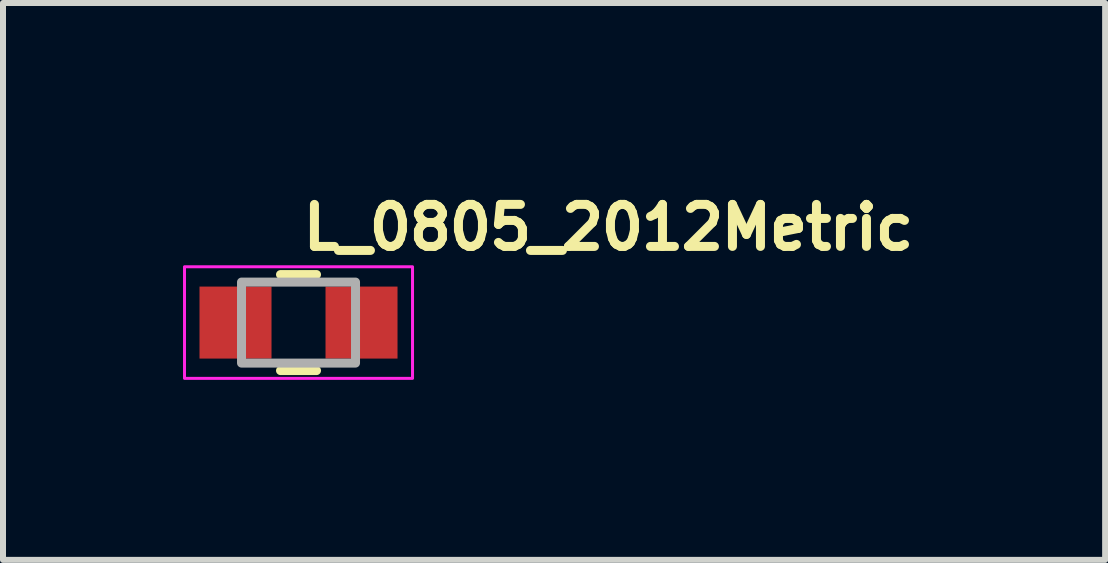
<source format=kicad_pcb>
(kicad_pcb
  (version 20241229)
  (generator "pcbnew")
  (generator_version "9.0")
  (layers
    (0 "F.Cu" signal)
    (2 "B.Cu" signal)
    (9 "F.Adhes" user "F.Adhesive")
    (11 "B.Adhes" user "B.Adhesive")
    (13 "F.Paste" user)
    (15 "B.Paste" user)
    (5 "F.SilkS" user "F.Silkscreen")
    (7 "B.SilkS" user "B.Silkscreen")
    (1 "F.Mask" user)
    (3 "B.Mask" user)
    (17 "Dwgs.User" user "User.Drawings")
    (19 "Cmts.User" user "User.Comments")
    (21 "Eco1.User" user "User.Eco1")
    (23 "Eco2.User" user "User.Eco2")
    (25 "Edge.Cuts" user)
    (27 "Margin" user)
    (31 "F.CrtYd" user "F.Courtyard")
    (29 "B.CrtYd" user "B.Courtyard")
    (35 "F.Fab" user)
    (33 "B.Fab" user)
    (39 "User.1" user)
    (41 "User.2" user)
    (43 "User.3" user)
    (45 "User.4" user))
  (footprint "L_0805_2012Metric"
    (layer "F.Cu")
    (at 1.925 2.326)
    (property "Reference" "L_0805_2012Metric" (at 0 -1.176 0) (layer "F.SilkS") (effects (font (size 0.7 0.7) (thickness 0.15)) (justify left bottom)))
    (attr smd)
    (fp_line (start -0.3 -0.8) (end 0.3 -0.8) (stroke (width 0.15) (type solid)) (layer "F.SilkS"))
    (fp_line (start -0.3 0.8) (end 0.3 0.8) (stroke (width 0.15) (type solid)) (layer "F.SilkS"))
    (fp_rect (start -1.9 -0.93) (end 1.9 0.93) (stroke (width 0.05) (type solid)) (fill no) (layer "F.CrtYd"))
    (fp_rect (start -0.95 -0.675) (end 0.95 0.675) (stroke (width 0.15) (type solid)) (fill no) (layer "F.Fab"))
    (fp_rect (start -1 -0.624) (end 1 0.624) (stroke (width 0.1) (type solid)) (fill no) (layer "User.5"))
    (fp_line (start -1 -0.62) (end -1 -0.619) (stroke (width 0.02) (type solid)) (layer "User.9"))
    (fp_line (start -1 -0.619) (end -1 -0.619) (stroke (width 0.02) (type solid)) (layer "User.9"))
    (fp_line (start -1 -0.619) (end -1 -0.618) (stroke (width 0.02) (type solid)) (layer "User.9"))
    (fp_line (start -1 -0.618) (end -1 -0.618) (stroke (width 0.02) (type solid)) (layer "User.9"))
    (fp_line (start -1 -0.618) (end -1 -0.618) (stroke (width 0.02) (type solid)) (layer "User.9"))
    (fp_line (start -1 -0.618) (end -1 -0.617) (stroke (width 0.02) (type solid)) (layer "User.9"))
    (fp_line (start -1 -0.617) (end -1 -0.617) (stroke (width 0.02) (type solid)) (layer "User.9"))
    (fp_line (start -1 -0.617) (end -1 -0.616) (stroke (width 0.02) (type solid)) (layer "User.9"))
    (fp_line (start -1 -0.616) (end -1 -0.615) (stroke (width 0.02) (type solid)) (layer "User.9"))
    (fp_line (start -1 -0.615) (end -1 -0.615) (stroke (width 0.02) (type solid)) (layer "User.9"))
    (fp_line (start -1 -0.615) (end -1 -0.615) (stroke (width 0.02) (type solid)) (layer "User.9"))
    (fp_line (start -1 -0.615) (end -1 -0.614) (stroke (width 0.02) (type solid)) (layer "User.9"))
    (fp_line (start -1 -0.615) (end -1 0.613) (stroke (width 0.02) (type solid)) (layer "User.9"))
    (fp_line (start -1 -0.614) (end -1 -0.614) (stroke (width 0.02) (type solid)) (layer "User.9"))
    (fp_line (start -1 -0.614) (end -1 -0.613) (stroke (width 0.02) (type solid)) (layer "User.9"))
    (fp_line (start -1 -0.613) (end -1 -0.613) (stroke (width 0.02) (type solid)) (layer "User.9"))
    (fp_line (start -1 -0.613) (end -1 -0.613) (stroke (width 0.02) (type solid)) (layer "User.9"))
    (fp_line (start -1 -0.613) (end -1 -0.612) (stroke (width 0.02) (type solid)) (layer "User.9"))
    (fp_line (start -1 -0.612) (end -1 -0.612) (stroke (width 0.02) (type solid)) (layer "User.9"))
    (fp_line (start -1 -0.612) (end -1 -0.611) (stroke (width 0.02) (type solid)) (layer "User.9"))
    (fp_line (start -1 -0.611) (end -0.999 -0.611) (stroke (width 0.02) (type solid)) (layer "User.9"))
    (fp_line (start -1 0.609) (end -1 0.61) (stroke (width 0.02) (type solid)) (layer "User.9"))
    (fp_line (start -1 0.61) (end -1 0.61) (stroke (width 0.02) (type solid)) (layer "User.9"))
    (fp_line (start -1 0.61) (end -1 0.611) (stroke (width 0.02) (type solid)) (layer "User.9"))
    (fp_line (start -1 0.611) (end -1 0.611) (stroke (width 0.02) (type solid)) (layer "User.9"))
    (fp_line (start -1 0.611) (end -1 0.611) (stroke (width 0.02) (type solid)) (layer "User.9"))
    (fp_line (start -1 0.611) (end -1 0.612) (stroke (width 0.02) (type solid)) (layer "User.9"))
    (fp_line (start -1 0.612) (end -1 0.612) (stroke (width 0.02) (type solid)) (layer "User.9"))
    (fp_line (start -1 0.612) (end -1 0.613) (stroke (width 0.02) (type solid)) (layer "User.9"))
    (fp_line (start -1 0.613) (end -1 0.613) (stroke (width 0.02) (type solid)) (layer "User.9"))
    (fp_line (start -1 0.613) (end -1 0.613) (stroke (width 0.02) (type solid)) (layer "User.9"))
    (fp_line (start -1 0.613) (end -1 0.614) (stroke (width 0.02) (type solid)) (layer "User.9"))
    (fp_line (start -1 0.614) (end -1 0.615) (stroke (width 0.02) (type solid)) (layer "User.9"))
    (fp_line (start -1 0.615) (end -1 0.615) (stroke (width 0.02) (type solid)) (layer "User.9"))
    (fp_line (start -1 0.615) (end -1 0.616) (stroke (width 0.02) (type solid)) (layer "User.9"))
    (fp_line (start -1 0.616) (end -1 0.616) (stroke (width 0.02) (type solid)) (layer "User.9"))
    (fp_line (start -1 0.616) (end -1 0.616) (stroke (width 0.02) (type solid)) (layer "User.9"))
    (fp_line (start -1 0.616) (end -1 0.617) (stroke (width 0.02) (type solid)) (layer "User.9"))
    (fp_line (start -1 0.617) (end -1 0.617) (stroke (width 0.02) (type solid)) (layer "User.9"))
    (fp_line (start -1 0.617) (end -1 0.618) (stroke (width 0.02) (type solid)) (layer "User.9"))
    (fp_line (start -1 0.618) (end -0.999 0.618) (stroke (width 0.02) (type solid)) (layer "User.9"))
    (fp_line (start -0.999 -0.621) (end -0.999 -0.621) (stroke (width 0.02) (type solid)) (layer "User.9"))
    (fp_line (start -0.999 -0.621) (end -0.999 -0.621) (stroke (width 0.02) (type solid)) (layer "User.9"))
    (fp_line (start -0.999 -0.621) (end -0.999 -0.62) (stroke (width 0.02) (type solid)) (layer "User.9"))
    (fp_line (start -0.999 -0.62) (end -1 -0.62) (stroke (width 0.02) (type solid)) (layer "User.9"))
    (fp_line (start -0.999 -0.611) (end -0.999 -0.61) (stroke (width 0.02) (type solid)) (layer "User.9"))
    (fp_line (start -0.999 -0.61) (end -0.999 -0.61) (stroke (width 0.02) (type solid)) (layer "User.9"))
    (fp_line (start -0.999 -0.61) (end -0.999 -0.61) (stroke (width 0.02) (type solid)) (layer "User.9"))
    (fp_line (start -0.999 -0.61) (end -0.998 -0.609) (stroke (width 0.02) (type solid)) (layer "User.9"))
    (fp_line (start -0.999 0.608) (end -0.999 0.608) (stroke (width 0.02) (type solid)) (layer "User.9"))
    (fp_line (start -0.999 0.608) (end -0.999 0.608) (stroke (width 0.02) (type solid)) (layer "User.9"))
    (fp_line (start -0.999 0.608) (end -0.999 0.609) (stroke (width 0.02) (type solid)) (layer "User.9"))
    (fp_line (start -0.999 0.609) (end -1 0.609) (stroke (width 0.02) (type solid)) (layer "User.9"))
    (fp_line (start -0.999 0.618) (end -0.999 0.619) (stroke (width 0.02) (type solid)) (layer "User.9"))
    (fp_line (start -0.999 0.619) (end -0.999 0.619) (stroke (width 0.02) (type solid)) (layer "User.9"))
    (fp_line (start -0.999 0.619) (end -0.999 0.619) (stroke (width 0.02) (type solid)) (layer "User.9"))
    (fp_line (start -0.999 0.619) (end -0.998 0.62) (stroke (width 0.02) (type solid)) (layer "User.9"))
    (fp_line (start -0.998 -0.623) (end -0.998 -0.622) (stroke (width 0.02) (type solid)) (layer "User.9"))
    (fp_line (start -0.998 -0.622) (end -0.999 -0.621) (stroke (width 0.02) (type solid)) (layer "User.9"))
    (fp_line (start -0.998 -0.622) (end -0.998 -0.622) (stroke (width 0.02) (type solid)) (layer "User.9"))
    (fp_line (start -0.998 -0.609) (end -0.998 -0.609) (stroke (width 0.02) (type solid)) (layer "User.9"))
    (fp_line (start -0.998 -0.609) (end -0.998 -0.608) (stroke (width 0.02) (type solid)) (layer "User.9"))
    (fp_line (start -0.998 -0.608) (end -0.997 -0.608) (stroke (width 0.02) (type solid)) (layer "User.9"))
    (fp_line (start -0.998 0.606) (end -0.998 0.607) (stroke (width 0.02) (type solid)) (layer "User.9"))
    (fp_line (start -0.998 0.607) (end -0.999 0.608) (stroke (width 0.02) (type solid)) (layer "User.9"))
    (fp_line (start -0.998 0.607) (end -0.998 0.607) (stroke (width 0.02) (type solid)) (layer "User.9"))
    (fp_line (start -0.998 0.62) (end -0.998 0.62) (stroke (width 0.02) (type solid)) (layer "User.9"))
    (fp_line (start -0.998 0.62) (end -0.998 0.621) (stroke (width 0.02) (type solid)) (layer "User.9"))
    (fp_line (start -0.998 0.621) (end -0.997 0.621) (stroke (width 0.02) (type solid)) (layer "User.9"))
    (fp_line (start -0.997 -0.623) (end -0.998 -0.623) (stroke (width 0.02) (type solid)) (layer "User.9"))
    (fp_line (start -0.997 -0.623) (end -0.997 -0.623) (stroke (width 0.02) (type solid)) (layer "User.9"))
    (fp_line (start -0.997 -0.608) (end -0.997 -0.608) (stroke (width 0.02) (type solid)) (layer "User.9"))
    (fp_line (start -0.997 -0.608) (end -0.996 -0.607) (stroke (width 0.02) (type solid)) (layer "User.9"))
    (fp_line (start -0.997 0.606) (end -0.998 0.606) (stroke (width 0.02) (type solid)) (layer "User.9"))
    (fp_line (start -0.997 0.606) (end -0.997 0.606) (stroke (width 0.02) (type solid)) (layer "User.9"))
    (fp_line (start -0.997 0.621) (end -0.997 0.621) (stroke (width 0.02) (type solid)) (layer "User.9"))
    (fp_line (start -0.997 0.621) (end -0.996 0.622) (stroke (width 0.02) (type solid)) (layer "User.9"))
    (fp_line (start -0.996 -0.624) (end -0.997 -0.623) (stroke (width 0.02) (type solid)) (layer "User.9"))
    (fp_line (start -0.996 -0.624) (end -0.996 -0.624) (stroke (width 0.02) (type solid)) (layer "User.9"))
    (fp_line (start -0.996 -0.624) (end -0.996 -0.624) (stroke (width 0.02) (type solid)) (layer "User.9"))
    (fp_line (start -0.996 -0.607) (end -0.996 -0.607) (stroke (width 0.02) (type solid)) (layer "User.9"))
    (fp_line (start -0.996 -0.607) (end -0.996 -0.607) (stroke (width 0.02) (type solid)) (layer "User.9"))
    (fp_line (start -0.996 -0.607) (end -0.995 -0.607) (stroke (width 0.02) (type solid)) (layer "User.9"))
    (fp_line (start -0.996 0.605) (end -0.997 0.606) (stroke (width 0.02) (type solid)) (layer "User.9"))
    (fp_line (start -0.996 0.605) (end -0.996 0.605) (stroke (width 0.02) (type solid)) (layer "User.9"))
    (fp_line (start -0.996 0.605) (end -0.996 0.605) (stroke (width 0.02) (type solid)) (layer "User.9"))
    (fp_line (start -0.996 0.622) (end -0.996 0.622) (stroke (width 0.02) (type solid)) (layer "User.9"))
    (fp_line (start -0.996 0.622) (end -0.996 0.622) (stroke (width 0.02) (type solid)) (layer "User.9"))
    (fp_line (start -0.996 0.622) (end -0.995 0.622) (stroke (width 0.02) (type solid)) (layer "User.9"))
    (fp_line (start -0.995 -0.625) (end -0.995 -0.624) (stroke (width 0.02) (type solid)) (layer "User.9"))
    (fp_line (start -0.995 -0.624) (end -0.996 -0.624) (stroke (width 0.02) (type solid)) (layer "User.9"))
    (fp_line (start -0.995 -0.607) (end -0.995 -0.606) (stroke (width 0.02) (type solid)) (layer "User.9"))
    (fp_line (start -0.995 -0.606) (end -0.994 -0.606) (stroke (width 0.02) (type solid)) (layer "User.9"))
    (fp_line (start -0.995 0.604) (end -0.995 0.605) (stroke (width 0.02) (type solid)) (layer "User.9"))
    (fp_line (start -0.995 0.605) (end -0.996 0.605) (stroke (width 0.02) (type solid)) (layer "User.9"))
    (fp_line (start -0.995 0.622) (end -0.995 0.623) (stroke (width 0.02) (type solid)) (layer "User.9"))
    (fp_line (start -0.995 0.623) (end -0.994 0.623) (stroke (width 0.02) (type solid)) (layer "User.9"))
    (fp_line (start -0.994 -0.625) (end -0.995 -0.625) (stroke (width 0.02) (type solid)) (layer "User.9"))
    (fp_line (start -0.994 -0.625) (end -0.994 -0.625) (stroke (width 0.02) (type solid)) (layer "User.9"))
    (fp_line (start -0.994 -0.606) (end -0.994 -0.606) (stroke (width 0.02) (type solid)) (layer "User.9"))
    (fp_line (start -0.994 -0.606) (end -0.993 -0.606) (stroke (width 0.02) (type solid)) (layer "User.9"))
    (fp_line (start -0.994 0.604) (end -0.995 0.604) (stroke (width 0.02) (type solid)) (layer "User.9"))
    (fp_line (start -0.994 0.604) (end -0.994 0.604) (stroke (width 0.02) (type solid)) (layer "User.9"))
    (fp_line (start -0.994 0.623) (end -0.994 0.623) (stroke (width 0.02) (type solid)) (layer "User.9"))
    (fp_line (start -0.994 0.623) (end -0.993 0.623) (stroke (width 0.02) (type solid)) (layer "User.9"))
    (fp_line (start -0.993 -0.625) (end -0.994 -0.625) (stroke (width 0.02) (type solid)) (layer "User.9"))
    (fp_line (start -0.993 -0.625) (end -0.993 -0.625) (stroke (width 0.02) (type solid)) (layer "User.9"))
    (fp_line (start -0.993 -0.625) (end -0.993 -0.625) (stroke (width 0.02) (type solid)) (layer "User.9"))
    (fp_line (start -0.993 -0.606) (end -0.993 -0.606) (stroke (width 0.02) (type solid)) (layer "User.9"))
    (fp_line (start -0.993 -0.606) (end -0.993 -0.606) (stroke (width 0.02) (type solid)) (layer "User.9"))
    (fp_line (start -0.993 -0.606) (end -0.992 -0.606) (stroke (width 0.02) (type solid)) (layer "User.9"))
    (fp_line (start -0.993 0.604) (end -0.994 0.604) (stroke (width 0.02) (type solid)) (layer "User.9"))
    (fp_line (start -0.993 0.604) (end -0.993 0.604) (stroke (width 0.02) (type solid)) (layer "User.9"))
    (fp_line (start -0.993 0.604) (end -0.993 0.604) (stroke (width 0.02) (type solid)) (layer "User.9"))
    (fp_line (start -0.993 0.623) (end -0.993 0.623) (stroke (width 0.02) (type solid)) (layer "User.9"))
    (fp_line (start -0.993 0.623) (end -0.993 0.623) (stroke (width 0.02) (type solid)) (layer "User.9"))
    (fp_line (start -0.993 0.623) (end -0.992 0.623) (stroke (width 0.02) (type solid)) (layer "User.9"))
    (fp_line (start -0.992 -0.625) (end -0.993 -0.625) (stroke (width 0.02) (type solid)) (layer "User.9"))
    (fp_line (start -0.992 -0.625) (end -0.992 -0.625) (stroke (width 0.02) (type solid)) (layer "User.9"))
    (fp_line (start -0.992 -0.606) (end -0.992 -0.606) (stroke (width 0.02) (type solid)) (layer "User.9"))
    (fp_line (start -0.992 -0.606) (end -0.991 -0.606) (stroke (width 0.02) (type solid)) (layer "User.9"))
    (fp_line (start -0.992 0.604) (end -0.993 0.604) (stroke (width 0.02) (type solid)) (layer "User.9"))
    (fp_line (start -0.992 0.604) (end -0.992 0.604) (stroke (width 0.02) (type solid)) (layer "User.9"))
    (fp_line (start -0.992 0.623) (end -0.992 0.623) (stroke (width 0.02) (type solid)) (layer "User.9"))
    (fp_line (start -0.992 0.623) (end -0.991 0.623) (stroke (width 0.02) (type solid)) (layer "User.9"))
    (fp_line (start -0.991 -0.625) (end -0.992 -0.625) (stroke (width 0.02) (type solid)) (layer "User.9"))
    (fp_line (start -0.991 -0.606) (end -0.99 -0.605) (stroke (width 0.02) (type solid)) (layer "User.9"))
    (fp_line (start -0.991 0.604) (end -0.992 0.604) (stroke (width 0.02) (type solid)) (layer "User.9"))
    (fp_line (start -0.991 0.623) (end -0.99 0.623) (stroke (width 0.02) (type solid)) (layer "User.9"))
    (fp_line (start -0.99 -0.625) (end -0.991 -0.625) (stroke (width 0.02) (type solid)) (layer "User.9"))
    (fp_line (start -0.99 -0.625) (end -0.99 -0.625) (stroke (width 0.02) (type solid)) (layer "User.9"))
    (fp_line (start -0.99 -0.625) (end -0.99 -0.625) (stroke (width 0.02) (type solid)) (layer "User.9"))
    (fp_line (start -0.99 -0.606) (end -0.989 -0.606) (stroke (width 0.02) (type solid)) (layer "User.9"))
    (fp_line (start -0.99 -0.605) (end -0.99 -0.606) (stroke (width 0.02) (type solid)) (layer "User.9"))
    (fp_line (start -0.99 -0.605) (end -0.99 -0.605) (stroke (width 0.02) (type solid)) (layer "User.9"))
    (fp_line (start -0.99 0.604) (end -0.991 0.604) (stroke (width 0.02) (type solid)) (layer "User.9"))
    (fp_line (start -0.99 0.604) (end -0.99 0.604) (stroke (width 0.02) (type solid)) (layer "User.9"))
    (fp_line (start -0.99 0.604) (end -0.99 0.604) (stroke (width 0.02) (type solid)) (layer "User.9"))
    (fp_line (start -0.99 0.623) (end -0.99 0.623) (stroke (width 0.02) (type solid)) (layer "User.9"))
    (fp_line (start -0.99 0.623) (end -0.99 0.623) (stroke (width 0.02) (type solid)) (layer "User.9"))
    (fp_line (start -0.99 0.623) (end -0.989 0.623) (stroke (width 0.02) (type solid)) (layer "User.9"))
    (fp_line (start -0.99 0.623) (end -0.5 0.623) (stroke (width 0.02) (type solid)) (layer "User.9"))
    (fp_line (start -0.989 -0.625) (end -0.99 -0.625) (stroke (width 0.02) (type solid)) (layer "User.9"))
    (fp_line (start -0.989 -0.625) (end -0.989 -0.625) (stroke (width 0.02) (type solid)) (layer "User.9"))
    (fp_line (start -0.989 -0.606) (end -0.989 -0.606) (stroke (width 0.02) (type solid)) (layer "User.9"))
    (fp_line (start -0.989 -0.606) (end -0.988 -0.606) (stroke (width 0.02) (type solid)) (layer "User.9"))
    (fp_line (start -0.989 0.604) (end -0.99 0.604) (stroke (width 0.02) (type solid)) (layer "User.9"))
    (fp_line (start -0.989 0.604) (end -0.989 0.604) (stroke (width 0.02) (type solid)) (layer "User.9"))
    (fp_line (start -0.989 0.623) (end -0.989 0.623) (stroke (width 0.02) (type solid)) (layer "User.9"))
    (fp_line (start -0.989 0.623) (end -0.988 0.623) (stroke (width 0.02) (type solid)) (layer "User.9"))
    (fp_line (start -0.988 -0.625) (end -0.989 -0.625) (stroke (width 0.02) (type solid)) (layer "User.9"))
    (fp_line (start -0.988 -0.625) (end -0.988 -0.625) (stroke (width 0.02) (type solid)) (layer "User.9"))
    (fp_line (start -0.988 -0.625) (end -0.988 -0.625) (stroke (width 0.02) (type solid)) (layer "User.9"))
    (fp_line (start -0.988 -0.606) (end -0.988 -0.606) (stroke (width 0.02) (type solid)) (layer "User.9"))
    (fp_line (start -0.988 -0.606) (end -0.988 -0.606) (stroke (width 0.02) (type solid)) (layer "User.9"))
    (fp_line (start -0.988 -0.606) (end -0.987 -0.606) (stroke (width 0.02) (type solid)) (layer "User.9"))
    (fp_line (start -0.988 0.604) (end -0.989 0.604) (stroke (width 0.02) (type solid)) (layer "User.9"))
    (fp_line (start -0.988 0.604) (end -0.988 0.604) (stroke (width 0.02) (type solid)) (layer "User.9"))
    (fp_line (start -0.988 0.604) (end -0.988 0.604) (stroke (width 0.02) (type solid)) (layer "User.9"))
    (fp_line (start -0.988 0.623) (end -0.988 0.623) (stroke (width 0.02) (type solid)) (layer "User.9"))
    (fp_line (start -0.988 0.623) (end -0.988 0.623) (stroke (width 0.02) (type solid)) (layer "User.9"))
    (fp_line (start -0.988 0.623) (end -0.987 0.623) (stroke (width 0.02) (type solid)) (layer "User.9"))
    (fp_line (start -0.987 -0.625) (end -0.988 -0.625) (stroke (width 0.02) (type solid)) (layer "User.9"))
    (fp_line (start -0.987 -0.625) (end -0.987 -0.625) (stroke (width 0.02) (type solid)) (layer "User.9"))
    (fp_line (start -0.987 -0.606) (end -0.987 -0.606) (stroke (width 0.02) (type solid)) (layer "User.9"))
    (fp_line (start -0.987 -0.606) (end -0.986 -0.606) (stroke (width 0.02) (type solid)) (layer "User.9"))
    (fp_line (start -0.987 0.604) (end -0.988 0.604) (stroke (width 0.02) (type solid)) (layer "User.9"))
    (fp_line (start -0.987 0.604) (end -0.987 0.604) (stroke (width 0.02) (type solid)) (layer "User.9"))
    (fp_line (start -0.987 0.623) (end -0.987 0.623) (stroke (width 0.02) (type solid)) (layer "User.9"))
    (fp_line (start -0.987 0.623) (end -0.986 0.623) (stroke (width 0.02) (type solid)) (layer "User.9"))
    (fp_line (start -0.986 -0.625) (end -0.987 -0.625) (stroke (width 0.02) (type solid)) (layer "User.9"))
    (fp_line (start -0.986 -0.624) (end -0.986 -0.625) (stroke (width 0.02) (type solid)) (layer "User.9"))
    (fp_line (start -0.986 -0.607) (end -0.985 -0.607) (stroke (width 0.02) (type solid)) (layer "User.9"))
    (fp_line (start -0.986 -0.606) (end -0.986 -0.607) (stroke (width 0.02) (type solid)) (layer "User.9"))
    (fp_line (start -0.986 0.604) (end -0.987 0.604) (stroke (width 0.02) (type solid)) (layer "User.9"))
    (fp_line (start -0.986 0.605) (end -0.986 0.604) (stroke (width 0.02) (type solid)) (layer "User.9"))
    (fp_line (start -0.986 0.622) (end -0.985 0.622) (stroke (width 0.02) (type solid)) (layer "User.9"))
    (fp_line (start -0.986 0.623) (end -0.986 0.622) (stroke (width 0.02) (type solid)) (layer "User.9"))
    (fp_line (start -0.985 -0.624) (end -0.986 -0.624) (stroke (width 0.02) (type solid)) (layer "User.9"))
    (fp_line (start -0.985 -0.624) (end -0.985 -0.624) (stroke (width 0.02) (type solid)) (layer "User.9"))
    (fp_line (start -0.985 -0.624) (end -0.985 -0.624) (stroke (width 0.02) (type solid)) (layer "User.9"))
    (fp_line (start -0.985 -0.607) (end -0.985 -0.607) (stroke (width 0.02) (type solid)) (layer "User.9"))
    (fp_line (start -0.985 -0.607) (end -0.985 -0.607) (stroke (width 0.02) (type solid)) (layer "User.9"))
    (fp_line (start -0.985 -0.607) (end -0.984 -0.608) (stroke (width 0.02) (type solid)) (layer "User.9"))
    (fp_line (start -0.985 0.605) (end -0.986 0.605) (stroke (width 0.02) (type solid)) (layer "User.9"))
    (fp_line (start -0.985 0.605) (end -0.985 0.605) (stroke (width 0.02) (type solid)) (layer "User.9"))
    (fp_line (start -0.985 0.605) (end -0.985 0.605) (stroke (width 0.02) (type solid)) (layer "User.9"))
    (fp_line (start -0.985 0.622) (end -0.985 0.622) (stroke (width 0.02) (type solid)) (layer "User.9"))
    (fp_line (start -0.985 0.622) (end -0.985 0.622) (stroke (width 0.02) (type solid)) (layer "User.9"))
    (fp_line (start -0.985 0.622) (end -0.984 0.621) (stroke (width 0.02) (type solid)) (layer "User.9"))
    (fp_line (start -0.984 -0.623) (end -0.985 -0.624) (stroke (width 0.02) (type solid)) (layer "User.9"))
    (fp_line (start -0.984 -0.623) (end -0.984 -0.623) (stroke (width 0.02) (type solid)) (layer "User.9"))
    (fp_line (start -0.984 -0.608) (end -0.984 -0.608) (stroke (width 0.02) (type solid)) (layer "User.9"))
    (fp_line (start -0.984 -0.608) (end -0.983 -0.608) (stroke (width 0.02) (type solid)) (layer "User.9"))
    (fp_line (start -0.984 0.606) (end -0.985 0.605) (stroke (width 0.02) (type solid)) (layer "User.9"))
    (fp_line (start -0.984 0.606) (end -0.984 0.606) (stroke (width 0.02) (type solid)) (layer "User.9"))
    (fp_line (start -0.984 0.621) (end -0.984 0.621) (stroke (width 0.02) (type solid)) (layer "User.9"))
    (fp_line (start -0.984 0.621) (end -0.983 0.621) (stroke (width 0.02) (type solid)) (layer "User.9"))
    (fp_line (start -0.983 -0.623) (end -0.984 -0.623) (stroke (width 0.02) (type solid)) (layer "User.9"))
    (fp_line (start -0.983 -0.622) (end -0.983 -0.623) (stroke (width 0.02) (type solid)) (layer "User.9"))
    (fp_line (start -0.983 -0.622) (end -0.983 -0.622) (stroke (width 0.02) (type solid)) (layer "User.9"))
    (fp_line (start -0.983 -0.609) (end -0.983 -0.609) (stroke (width 0.02) (type solid)) (layer "User.9"))
    (fp_line (start -0.983 -0.609) (end -0.982 -0.61) (stroke (width 0.02) (type solid)) (layer "User.9"))
    (fp_line (start -0.983 -0.608) (end -0.983 -0.609) (stroke (width 0.02) (type solid)) (layer "User.9"))
    (fp_line (start -0.983 0.606) (end -0.984 0.606) (stroke (width 0.02) (type solid)) (layer "User.9"))
    (fp_line (start -0.983 0.607) (end -0.983 0.606) (stroke (width 0.02) (type solid)) (layer "User.9"))
    (fp_line (start -0.983 0.607) (end -0.983 0.607) (stroke (width 0.02) (type solid)) (layer "User.9"))
    (fp_line (start -0.983 0.62) (end -0.983 0.62) (stroke (width 0.02) (type solid)) (layer "User.9"))
    (fp_line (start -0.983 0.62) (end -0.982 0.619) (stroke (width 0.02) (type solid)) (layer "User.9"))
    (fp_line (start -0.983 0.621) (end -0.983 0.62) (stroke (width 0.02) (type solid)) (layer "User.9"))
    (fp_line (start -0.982 -0.621) (end -0.983 -0.622) (stroke (width 0.02) (type solid)) (layer "User.9"))
    (fp_line (start -0.982 -0.621) (end -0.982 -0.621) (stroke (width 0.02) (type solid)) (layer "User.9"))
    (fp_line (start -0.982 -0.621) (end -0.982 -0.621) (stroke (width 0.02) (type solid)) (layer "User.9"))
    (fp_line (start -0.982 -0.62) (end -0.982 -0.621) (stroke (width 0.02) (type solid)) (layer "User.9"))
    (fp_line (start -0.982 -0.611) (end -0.981 -0.611) (stroke (width 0.02) (type solid)) (layer "User.9"))
    (fp_line (start -0.982 -0.61) (end -0.982 -0.611) (stroke (width 0.02) (type solid)) (layer "User.9"))
    (fp_line (start -0.982 -0.61) (end -0.982 -0.61) (stroke (width 0.02) (type solid)) (layer "User.9"))
    (fp_line (start -0.982 -0.61) (end -0.982 -0.61) (stroke (width 0.02) (type solid)) (layer "User.9"))
    (fp_line (start -0.982 0.608) (end -0.983 0.607) (stroke (width 0.02) (type solid)) (layer "User.9"))
    (fp_line (start -0.982 0.608) (end -0.982 0.608) (stroke (width 0.02) (type solid)) (layer "User.9"))
    (fp_line (start -0.982 0.608) (end -0.982 0.608) (stroke (width 0.02) (type solid)) (layer "User.9"))
    (fp_line (start -0.982 0.609) (end -0.982 0.608) (stroke (width 0.02) (type solid)) (layer "User.9"))
    (fp_line (start -0.982 0.618) (end -0.981 0.618) (stroke (width 0.02) (type solid)) (layer "User.9"))
    (fp_line (start -0.982 0.619) (end -0.982 0.618) (stroke (width 0.02) (type solid)) (layer "User.9"))
    (fp_line (start -0.982 0.619) (end -0.982 0.619) (stroke (width 0.02) (type solid)) (layer "User.9"))
    (fp_line (start -0.982 0.619) (end -0.982 0.619) (stroke (width 0.02) (type solid)) (layer "User.9"))
    (fp_line (start -0.981 -0.62) (end -0.982 -0.62) (stroke (width 0.02) (type solid)) (layer "User.9"))
    (fp_line (start -0.981 -0.619) (end -0.981 -0.62) (stroke (width 0.02) (type solid)) (layer "User.9"))
    (fp_line (start -0.981 -0.619) (end -0.981 -0.619) (stroke (width 0.02) (type solid)) (layer "User.9"))
    (fp_line (start -0.981 -0.618) (end -0.981 -0.619) (stroke (width 0.02) (type solid)) (layer "User.9"))
    (fp_line (start -0.981 -0.618) (end -0.981 -0.618) (stroke (width 0.02) (type solid)) (layer "User.9"))
    (fp_line (start -0.981 -0.618) (end -0.981 -0.618) (stroke (width 0.02) (type solid)) (layer "User.9"))
    (fp_line (start -0.981 -0.617) (end -0.981 -0.618) (stroke (width 0.02) (type solid)) (layer "User.9"))
    (fp_line (start -0.981 -0.617) (end -0.981 -0.617) (stroke (width 0.02) (type solid)) (layer "User.9"))
    (fp_line (start -0.981 -0.616) (end -0.981 -0.617) (stroke (width 0.02) (type solid)) (layer "User.9"))
    (fp_line (start -0.981 -0.615) (end -0.98 -0.615) (stroke (width 0.02) (type solid)) (layer "User.9"))
    (fp_line (start -0.981 -0.614) (end -0.981 -0.615) (stroke (width 0.02) (type solid)) (layer "User.9"))
    (fp_line (start -0.981 -0.614) (end -0.981 -0.614) (stroke (width 0.02) (type solid)) (layer "User.9"))
    (fp_line (start -0.981 -0.613) (end -0.981 -0.614) (stroke (width 0.02) (type solid)) (layer "User.9"))
    (fp_line (start -0.981 -0.613) (end -0.981 -0.613) (stroke (width 0.02) (type solid)) (layer "User.9"))
    (fp_line (start -0.981 -0.613) (end -0.981 -0.613) (stroke (width 0.02) (type solid)) (layer "User.9"))
    (fp_line (start -0.981 -0.612) (end -0.981 -0.613) (stroke (width 0.02) (type solid)) (layer "User.9"))
    (fp_line (start -0.981 -0.612) (end -0.981 -0.612) (stroke (width 0.02) (type solid)) (layer "User.9"))
    (fp_line (start -0.981 -0.611) (end -0.981 -0.612) (stroke (width 0.02) (type solid)) (layer "User.9"))
    (fp_line (start -0.981 0.609) (end -0.982 0.609) (stroke (width 0.02) (type solid)) (layer "User.9"))
    (fp_line (start -0.981 0.61) (end -0.981 0.609) (stroke (width 0.02) (type solid)) (layer "User.9"))
    (fp_line (start -0.981 0.61) (end -0.981 0.61) (stroke (width 0.02) (type solid)) (layer "User.9"))
    (fp_line (start -0.981 0.611) (end -0.981 0.61) (stroke (width 0.02) (type solid)) (layer "User.9"))
    (fp_line (start -0.981 0.611) (end -0.981 0.611) (stroke (width 0.02) (type solid)) (layer "User.9"))
    (fp_line (start -0.981 0.611) (end -0.981 0.611) (stroke (width 0.02) (type solid)) (layer "User.9"))
    (fp_line (start -0.981 0.612) (end -0.981 0.611) (stroke (width 0.02) (type solid)) (layer "User.9"))
    (fp_line (start -0.981 0.612) (end -0.981 0.612) (stroke (width 0.02) (type solid)) (layer "User.9"))
    (fp_line (start -0.981 0.613) (end -0.981 0.612) (stroke (width 0.02) (type solid)) (layer "User.9"))
    (fp_line (start -0.981 0.614) (end -0.98 0.613) (stroke (width 0.02) (type solid)) (layer "User.9"))
    (fp_line (start -0.981 0.615) (end -0.981 0.614) (stroke (width 0.02) (type solid)) (layer "User.9"))
    (fp_line (start -0.981 0.615) (end -0.981 0.615) (stroke (width 0.02) (type solid)) (layer "User.9"))
    (fp_line (start -0.981 0.616) (end -0.981 0.615) (stroke (width 0.02) (type solid)) (layer "User.9"))
    (fp_line (start -0.981 0.616) (end -0.981 0.616) (stroke (width 0.02) (type solid)) (layer "User.9"))
    (fp_line (start -0.981 0.616) (end -0.981 0.616) (stroke (width 0.02) (type solid)) (layer "User.9"))
    (fp_line (start -0.981 0.617) (end -0.981 0.616) (stroke (width 0.02) (type solid)) (layer "User.9"))
    (fp_line (start -0.981 0.617) (end -0.981 0.617) (stroke (width 0.02) (type solid)) (layer "User.9"))
    (fp_line (start -0.981 0.618) (end -0.981 0.617) (stroke (width 0.02) (type solid)) (layer "User.9"))
    (fp_line (start -0.98 -0.615) (end -0.981 -0.616) (stroke (width 0.02) (type solid)) (layer "User.9"))
    (fp_line (start -0.98 -0.615) (end -0.98 -0.615) (stroke (width 0.02) (type solid)) (layer "User.9"))
    (fp_line (start -0.98 -0.615) (end -0.98 -0.615) (stroke (width 0.02) (type solid)) (layer "User.9"))
    (fp_line (start -0.98 0.613) (end -0.981 0.613) (stroke (width 0.02) (type solid)) (layer "User.9"))
    (fp_line (start -0.98 0.613) (end -0.98 0.613) (stroke (width 0.02) (type solid)) (layer "User.9"))
    (fp_line (start -0.98 0.613) (end -0.98 0.613) (stroke (width 0.02) (type solid)) (layer "User.9"))
    (fp_line (start -0.5 -0.625) (end -0.99 -0.625) (stroke (width 0.02) (type solid)) (layer "User.9"))
    (fp_line (start -0.5 -0.615) (end -0.5 -0.625) (stroke (width 0.02) (type solid)) (layer "User.9"))
    (fp_line (start -0.5 0.609) (end 0.498 0.609) (stroke (width 0.02) (type solid)) (layer "User.9"))
    (fp_line (start -0.5 0.613) (end -0.5 -0.615) (stroke (width 0.02) (type solid)) (layer "User.9"))
    (fp_line (start -0.5 0.623) (end -0.5 0.613) (stroke (width 0.02) (type solid)) (layer "User.9"))
    (fp_line (start 0.498 -0.625) (end 0.498 -0.615) (stroke (width 0.02) (type solid)) (layer "User.9"))
    (fp_line (start 0.498 -0.615) (end 0.498 0.613) (stroke (width 0.02) (type solid)) (layer "User.9"))
    (fp_line (start 0.498 -0.61) (end -0.5 -0.61) (stroke (width 0.02) (type solid)) (layer "User.9"))
    (fp_line (start 0.498 0.613) (end 0.498 0.623) (stroke (width 0.02) (type solid)) (layer "User.9"))
    (fp_line (start 0.498 0.623) (end 0.988 0.623) (stroke (width 0.02) (type solid)) (layer "User.9"))
    (fp_line (start 0.978 -0.615) (end 0.978 -0.615) (stroke (width 0.02) (type solid)) (layer "User.9"))
    (fp_line (start 0.978 -0.615) (end 0.979 -0.615) (stroke (width 0.02) (type solid)) (layer "User.9"))
    (fp_line (start 0.978 0.613) (end 0.978 0.613) (stroke (width 0.02) (type solid)) (layer "User.9"))
    (fp_line (start 0.978 0.613) (end 0.979 0.614) (stroke (width 0.02) (type solid)) (layer "User.9"))
    (fp_line (start 0.979 -0.62) (end 0.979 -0.619) (stroke (width 0.02) (type solid)) (layer "User.9"))
    (fp_line (start 0.979 -0.619) (end 0.979 -0.619) (stroke (width 0.02) (type solid)) (layer "User.9"))
    (fp_line (start 0.979 -0.619) (end 0.979 -0.618) (stroke (width 0.02) (type solid)) (layer "User.9"))
    (fp_line (start 0.979 -0.618) (end 0.979 -0.618) (stroke (width 0.02) (type solid)) (layer "User.9"))
    (fp_line (start 0.979 -0.618) (end 0.979 -0.618) (stroke (width 0.02) (type solid)) (layer "User.9"))
    (fp_line (start 0.979 -0.618) (end 0.979 -0.617) (stroke (width 0.02) (type solid)) (layer "User.9"))
    (fp_line (start 0.979 -0.617) (end 0.979 -0.617) (stroke (width 0.02) (type solid)) (layer "User.9"))
    (fp_line (start 0.979 -0.617) (end 0.979 -0.616) (stroke (width 0.02) (type solid)) (layer "User.9"))
    (fp_line (start 0.979 -0.616) (end 0.978 -0.615) (stroke (width 0.02) (type solid)) (layer "User.9"))
    (fp_line (start 0.979 -0.615) (end 0.979 -0.614) (stroke (width 0.02) (type solid)) (layer "User.9"))
    (fp_line (start 0.979 -0.614) (end 0.979 -0.614) (stroke (width 0.02) (type solid)) (layer "User.9"))
    (fp_line (start 0.979 -0.614) (end 0.979 -0.613) (stroke (width 0.02) (type solid)) (layer "User.9"))
    (fp_line (start 0.979 -0.613) (end 0.979 -0.613) (stroke (width 0.02) (type solid)) (layer "User.9"))
    (fp_line (start 0.979 -0.613) (end 0.979 -0.613) (stroke (width 0.02) (type solid)) (layer "User.9"))
    (fp_line (start 0.979 -0.613) (end 0.979 -0.612) (stroke (width 0.02) (type solid)) (layer "User.9"))
    (fp_line (start 0.979 -0.612) (end 0.979 -0.612) (stroke (width 0.02) (type solid)) (layer "User.9"))
    (fp_line (start 0.979 -0.612) (end 0.979 -0.611) (stroke (width 0.02) (type solid)) (layer "User.9"))
    (fp_line (start 0.979 -0.611) (end 0.98 -0.611) (stroke (width 0.02) (type solid)) (layer "User.9"))
    (fp_line (start 0.979 0.609) (end 0.979 0.61) (stroke (width 0.02) (type solid)) (layer "User.9"))
    (fp_line (start 0.979 0.61) (end 0.979 0.61) (stroke (width 0.02) (type solid)) (layer "User.9"))
    (fp_line (start 0.979 0.61) (end 0.979 0.611) (stroke (width 0.02) (type solid)) (layer "User.9"))
    (fp_line (start 0.979 0.611) (end 0.979 0.611) (stroke (width 0.02) (type solid)) (layer "User.9"))
    (fp_line (start 0.979 0.611) (end 0.979 0.611) (stroke (width 0.02) (type solid)) (layer "User.9"))
    (fp_line (start 0.979 0.611) (end 0.979 0.612) (stroke (width 0.02) (type solid)) (layer "User.9"))
    (fp_line (start 0.979 0.612) (end 0.979 0.612) (stroke (width 0.02) (type solid)) (layer "User.9"))
    (fp_line (start 0.979 0.612) (end 0.979 0.613) (stroke (width 0.02) (type solid)) (layer "User.9"))
    (fp_line (start 0.979 0.613) (end 0.978 0.613) (stroke (width 0.02) (type solid)) (layer "User.9"))
    (fp_line (start 0.979 0.614) (end 0.979 0.615) (stroke (width 0.02) (type solid)) (layer "User.9"))
    (fp_line (start 0.979 0.615) (end 0.979 0.615) (stroke (width 0.02) (type solid)) (layer "User.9"))
    (fp_line (start 0.979 0.615) (end 0.979 0.616) (stroke (width 0.02) (type solid)) (layer "User.9"))
    (fp_line (start 0.979 0.616) (end 0.979 0.616) (stroke (width 0.02) (type solid)) (layer "User.9"))
    (fp_line (start 0.979 0.616) (end 0.979 0.616) (stroke (width 0.02) (type solid)) (layer "User.9"))
    (fp_line (start 0.979 0.616) (end 0.979 0.617) (stroke (width 0.02) (type solid)) (layer "User.9"))
    (fp_line (start 0.979 0.617) (end 0.979 0.617) (stroke (width 0.02) (type solid)) (layer "User.9"))
    (fp_line (start 0.979 0.617) (end 0.979 0.618) (stroke (width 0.02) (type solid)) (layer "User.9"))
    (fp_line (start 0.979 0.618) (end 0.98 0.618) (stroke (width 0.02) (type solid)) (layer "User.9"))
    (fp_line (start 0.98 -0.621) (end 0.98 -0.621) (stroke (width 0.02) (type solid)) (layer "User.9"))
    (fp_line (start 0.98 -0.621) (end 0.98 -0.621) (stroke (width 0.02) (type solid)) (layer "User.9"))
    (fp_line (start 0.98 -0.621) (end 0.98 -0.62) (stroke (width 0.02) (type solid)) (layer "User.9"))
    (fp_line (start 0.98 -0.62) (end 0.979 -0.62) (stroke (width 0.02) (type solid)) (layer "User.9"))
    (fp_line (start 0.98 -0.611) (end 0.98 -0.61) (stroke (width 0.02) (type solid)) (layer "User.9"))
    (fp_line (start 0.98 -0.61) (end 0.98 -0.61) (stroke (width 0.02) (type solid)) (layer "User.9"))
    (fp_line (start 0.98 -0.61) (end 0.98 -0.61) (stroke (width 0.02) (type solid)) (layer "User.9"))
    (fp_line (start 0.98 -0.61) (end 0.981 -0.609) (stroke (width 0.02) (type solid)) (layer "User.9"))
    (fp_line (start 0.98 0.608) (end 0.98 0.608) (stroke (width 0.02) (type solid)) (layer "User.9"))
    (fp_line (start 0.98 0.608) (end 0.98 0.608) (stroke (width 0.02) (type solid)) (layer "User.9"))
    (fp_line (start 0.98 0.608) (end 0.98 0.609) (stroke (width 0.02) (type solid)) (layer "User.9"))
    (fp_line (start 0.98 0.609) (end 0.979 0.609) (stroke (width 0.02) (type solid)) (layer "User.9"))
    (fp_line (start 0.98 0.618) (end 0.98 0.619) (stroke (width 0.02) (type solid)) (layer "User.9"))
    (fp_line (start 0.98 0.619) (end 0.98 0.619) (stroke (width 0.02) (type solid)) (layer "User.9"))
    (fp_line (start 0.98 0.619) (end 0.98 0.619) (stroke (width 0.02) (type solid)) (layer "User.9"))
    (fp_line (start 0.98 0.619) (end 0.981 0.62) (stroke (width 0.02) (type solid)) (layer "User.9"))
    (fp_line (start 0.981 -0.623) (end 0.981 -0.622) (stroke (width 0.02) (type solid)) (layer "User.9"))
    (fp_line (start 0.981 -0.622) (end 0.98 -0.621) (stroke (width 0.02) (type solid)) (layer "User.9"))
    (fp_line (start 0.981 -0.622) (end 0.981 -0.622) (stroke (width 0.02) (type solid)) (layer "User.9"))
    (fp_line (start 0.981 -0.609) (end 0.981 -0.609) (stroke (width 0.02) (type solid)) (layer "User.9"))
    (fp_line (start 0.981 -0.609) (end 0.981 -0.608) (stroke (width 0.02) (type solid)) (layer "User.9"))
    (fp_line (start 0.981 -0.608) (end 0.982 -0.608) (stroke (width 0.02) (type solid)) (layer "User.9"))
    (fp_line (start 0.981 0.606) (end 0.981 0.607) (stroke (width 0.02) (type solid)) (layer "User.9"))
    (fp_line (start 0.981 0.607) (end 0.98 0.608) (stroke (width 0.02) (type solid)) (layer "User.9"))
    (fp_line (start 0.981 0.607) (end 0.981 0.607) (stroke (width 0.02) (type solid)) (layer "User.9"))
    (fp_line (start 0.981 0.62) (end 0.981 0.62) (stroke (width 0.02) (type solid)) (layer "User.9"))
    (fp_line (start 0.981 0.62) (end 0.981 0.621) (stroke (width 0.02) (type solid)) (layer "User.9"))
    (fp_line (start 0.981 0.621) (end 0.982 0.621) (stroke (width 0.02) (type solid)) (layer "User.9"))
    (fp_line (start 0.982 -0.623) (end 0.981 -0.623) (stroke (width 0.02) (type solid)) (layer "User.9"))
    (fp_line (start 0.982 -0.623) (end 0.982 -0.623) (stroke (width 0.02) (type solid)) (layer "User.9"))
    (fp_line (start 0.982 -0.608) (end 0.982 -0.608) (stroke (width 0.02) (type solid)) (layer "User.9"))
    (fp_line (start 0.982 -0.608) (end 0.983 -0.607) (stroke (width 0.02) (type solid)) (layer "User.9"))
    (fp_line (start 0.982 0.606) (end 0.981 0.606) (stroke (width 0.02) (type solid)) (layer "User.9"))
    (fp_line (start 0.982 0.606) (end 0.982 0.606) (stroke (width 0.02) (type solid)) (layer "User.9"))
    (fp_line (start 0.982 0.621) (end 0.982 0.621) (stroke (width 0.02) (type solid)) (layer "User.9"))
    (fp_line (start 0.982 0.621) (end 0.983 0.622) (stroke (width 0.02) (type solid)) (layer "User.9"))
    (fp_line (start 0.983 -0.624) (end 0.982 -0.623) (stroke (width 0.02) (type solid)) (layer "User.9"))
    (fp_line (start 0.983 -0.624) (end 0.983 -0.624) (stroke (width 0.02) (type solid)) (layer "User.9"))
    (fp_line (start 0.983 -0.624) (end 0.983 -0.624) (stroke (width 0.02) (type solid)) (layer "User.9"))
    (fp_line (start 0.983 -0.607) (end 0.983 -0.607) (stroke (width 0.02) (type solid)) (layer "User.9"))
    (fp_line (start 0.983 -0.607) (end 0.983 -0.607) (stroke (width 0.02) (type solid)) (layer "User.9"))
    (fp_line (start 0.983 -0.607) (end 0.984 -0.607) (stroke (width 0.02) (type solid)) (layer "User.9"))
    (fp_line (start 0.983 0.605) (end 0.982 0.606) (stroke (width 0.02) (type solid)) (layer "User.9"))
    (fp_line (start 0.983 0.605) (end 0.983 0.605) (stroke (width 0.02) (type solid)) (layer "User.9"))
    (fp_line (start 0.983 0.605) (end 0.983 0.605) (stroke (width 0.02) (type solid)) (layer "User.9"))
    (fp_line (start 0.983 0.622) (end 0.983 0.622) (stroke (width 0.02) (type solid)) (layer "User.9"))
    (fp_line (start 0.983 0.622) (end 0.983 0.622) (stroke (width 0.02) (type solid)) (layer "User.9"))
    (fp_line (start 0.983 0.622) (end 0.984 0.622) (stroke (width 0.02) (type solid)) (layer "User.9"))
    (fp_line (start 0.984 -0.625) (end 0.984 -0.624) (stroke (width 0.02) (type solid)) (layer "User.9"))
    (fp_line (start 0.984 -0.624) (end 0.983 -0.624) (stroke (width 0.02) (type solid)) (layer "User.9"))
    (fp_line (start 0.984 -0.607) (end 0.984 -0.606) (stroke (width 0.02) (type solid)) (layer "User.9"))
    (fp_line (start 0.984 -0.606) (end 0.985 -0.606) (stroke (width 0.02) (type solid)) (layer "User.9"))
    (fp_line (start 0.984 0.604) (end 0.984 0.605) (stroke (width 0.02) (type solid)) (layer "User.9"))
    (fp_line (start 0.984 0.605) (end 0.983 0.605) (stroke (width 0.02) (type solid)) (layer "User.9"))
    (fp_line (start 0.984 0.622) (end 0.984 0.623) (stroke (width 0.02) (type solid)) (layer "User.9"))
    (fp_line (start 0.984 0.623) (end 0.985 0.623) (stroke (width 0.02) (type solid)) (layer "User.9"))
    (fp_line (start 0.985 -0.625) (end 0.984 -0.625) (stroke (width 0.02) (type solid)) (layer "User.9"))
    (fp_line (start 0.985 -0.625) (end 0.985 -0.625) (stroke (width 0.02) (type solid)) (layer "User.9"))
    (fp_line (start 0.985 -0.606) (end 0.985 -0.606) (stroke (width 0.02) (type solid)) (layer "User.9"))
    (fp_line (start 0.985 -0.606) (end 0.986 -0.606) (stroke (width 0.02) (type solid)) (layer "User.9"))
    (fp_line (start 0.985 0.604) (end 0.984 0.604) (stroke (width 0.02) (type solid)) (layer "User.9"))
    (fp_line (start 0.985 0.604) (end 0.985 0.604) (stroke (width 0.02) (type solid)) (layer "User.9"))
    (fp_line (start 0.985 0.623) (end 0.985 0.623) (stroke (width 0.02) (type solid)) (layer "User.9"))
    (fp_line (start 0.985 0.623) (end 0.986 0.623) (stroke (width 0.02) (type solid)) (layer "User.9"))
    (fp_line (start 0.986 -0.625) (end 0.985 -0.625) (stroke (width 0.02) (type solid)) (layer "User.9"))
    (fp_line (start 0.986 -0.625) (end 0.986 -0.625) (stroke (width 0.02) (type solid)) (layer "User.9"))
    (fp_line (start 0.986 -0.625) (end 0.986 -0.625) (stroke (width 0.02) (type solid)) (layer "User.9"))
    (fp_line (start 0.986 -0.606) (end 0.986 -0.606) (stroke (width 0.02) (type solid)) (layer "User.9"))
    (fp_line (start 0.986 -0.606) (end 0.986 -0.606) (stroke (width 0.02) (type solid)) (layer "User.9"))
    (fp_line (start 0.986 -0.606) (end 0.987 -0.606) (stroke (width 0.02) (type solid)) (layer "User.9"))
    (fp_line (start 0.986 0.604) (end 0.985 0.604) (stroke (width 0.02) (type solid)) (layer "User.9"))
    (fp_line (start 0.986 0.604) (end 0.986 0.604) (stroke (width 0.02) (type solid)) (layer "User.9"))
    (fp_line (start 0.986 0.604) (end 0.986 0.604) (stroke (width 0.02) (type solid)) (layer "User.9"))
    (fp_line (start 0.986 0.623) (end 0.986 0.623) (stroke (width 0.02) (type solid)) (layer "User.9"))
    (fp_line (start 0.986 0.623) (end 0.986 0.623) (stroke (width 0.02) (type solid)) (layer "User.9"))
    (fp_line (start 0.986 0.623) (end 0.987 0.623) (stroke (width 0.02) (type solid)) (layer "User.9"))
    (fp_line (start 0.987 -0.625) (end 0.986 -0.625) (stroke (width 0.02) (type solid)) (layer "User.9"))
    (fp_line (start 0.987 -0.625) (end 0.987 -0.625) (stroke (width 0.02) (type solid)) (layer "User.9"))
    (fp_line (start 0.987 -0.606) (end 0.987 -0.606) (stroke (width 0.02) (type solid)) (layer "User.9"))
    (fp_line (start 0.987 -0.606) (end 0.988 -0.606) (stroke (width 0.02) (type solid)) (layer "User.9"))
    (fp_line (start 0.987 0.604) (end 0.986 0.604) (stroke (width 0.02) (type solid)) (layer "User.9"))
    (fp_line (start 0.987 0.604) (end 0.987 0.604) (stroke (width 0.02) (type solid)) (layer "User.9"))
    (fp_line (start 0.987 0.623) (end 0.987 0.623) (stroke (width 0.02) (type solid)) (layer "User.9"))
    (fp_line (start 0.987 0.623) (end 0.988 0.623) (stroke (width 0.02) (type solid)) (layer "User.9"))
    (fp_line (start 0.988 -0.625) (end 0.498 -0.625) (stroke (width 0.02) (type solid)) (layer "User.9"))
    (fp_line (start 0.988 -0.625) (end 0.987 -0.625) (stroke (width 0.02) (type solid)) (layer "User.9"))
    (fp_line (start 0.988 -0.625) (end 0.988 -0.625) (stroke (width 0.02) (type solid)) (layer "User.9"))
    (fp_line (start 0.988 -0.625) (end 0.988 -0.625) (stroke (width 0.02) (type solid)) (layer "User.9"))
    (fp_line (start 0.988 -0.606) (end 0.988 -0.605) (stroke (width 0.02) (type solid)) (layer "User.9"))
    (fp_line (start 0.988 -0.605) (end 0.988 -0.605) (stroke (width 0.02) (type solid)) (layer "User.9"))
    (fp_line (start 0.988 -0.605) (end 0.989 -0.606) (stroke (width 0.02) (type solid)) (layer "User.9"))
    (fp_line (start 0.988 0.604) (end 0.987 0.604) (stroke (width 0.02) (type solid)) (layer "User.9"))
    (fp_line (start 0.988 0.604) (end 0.988 0.604) (stroke (width 0.02) (type solid)) (layer "User.9"))
    (fp_line (start 0.988 0.604) (end 0.988 0.604) (stroke (width 0.02) (type solid)) (layer "User.9"))
    (fp_line (start 0.988 0.623) (end 0.988 0.623) (stroke (width 0.02) (type solid)) (layer "User.9"))
    (fp_line (start 0.988 0.623) (end 0.988 0.623) (stroke (width 0.02) (type solid)) (layer "User.9"))
    (fp_line (start 0.988 0.623) (end 0.989 0.623) (stroke (width 0.02) (type solid)) (layer "User.9"))
    (fp_line (start 0.989 -0.625) (end 0.988 -0.625) (stroke (width 0.02) (type solid)) (layer "User.9"))
    (fp_line (start 0.989 -0.606) (end 0.99 -0.606) (stroke (width 0.02) (type solid)) (layer "User.9"))
    (fp_line (start 0.989 0.604) (end 0.988 0.604) (stroke (width 0.02) (type solid)) (layer "User.9"))
    (fp_line (start 0.989 0.623) (end 0.99 0.623) (stroke (width 0.02) (type solid)) (layer "User.9"))
    (fp_line (start 0.99 -0.625) (end 0.989 -0.625) (stroke (width 0.02) (type solid)) (layer "User.9"))
    (fp_line (start 0.99 -0.625) (end 0.99 -0.625) (stroke (width 0.02) (type solid)) (layer "User.9"))
    (fp_line (start 0.99 -0.606) (end 0.99 -0.606) (stroke (width 0.02) (type solid)) (layer "User.9"))
    (fp_line (start 0.99 -0.606) (end 0.991 -0.606) (stroke (width 0.02) (type solid)) (layer "User.9"))
    (fp_line (start 0.99 0.604) (end 0.989 0.604) (stroke (width 0.02) (type solid)) (layer "User.9"))
    (fp_line (start 0.99 0.604) (end 0.99 0.604) (stroke (width 0.02) (type solid)) (layer "User.9"))
    (fp_line (start 0.99 0.623) (end 0.99 0.623) (stroke (width 0.02) (type solid)) (layer "User.9"))
    (fp_line (start 0.99 0.623) (end 0.991 0.623) (stroke (width 0.02) (type solid)) (layer "User.9"))
    (fp_line (start 0.991 -0.625) (end 0.99 -0.625) (stroke (width 0.02) (type solid)) (layer "User.9"))
    (fp_line (start 0.991 -0.625) (end 0.991 -0.625) (stroke (width 0.02) (type solid)) (layer "User.9"))
    (fp_line (start 0.991 -0.625) (end 0.991 -0.625) (stroke (width 0.02) (type solid)) (layer "User.9"))
    (fp_line (start 0.991 -0.606) (end 0.991 -0.606) (stroke (width 0.02) (type solid)) (layer "User.9"))
    (fp_line (start 0.991 -0.606) (end 0.991 -0.606) (stroke (width 0.02) (type solid)) (layer "User.9"))
    (fp_line (start 0.991 -0.606) (end 0.992 -0.606) (stroke (width 0.02) (type solid)) (layer "User.9"))
    (fp_line (start 0.991 0.604) (end 0.99 0.604) (stroke (width 0.02) (type solid)) (layer "User.9"))
    (fp_line (start 0.991 0.604) (end 0.991 0.604) (stroke (width 0.02) (type solid)) (layer "User.9"))
    (fp_line (start 0.991 0.604) (end 0.991 0.604) (stroke (width 0.02) (type solid)) (layer "User.9"))
    (fp_line (start 0.991 0.623) (end 0.991 0.623) (stroke (width 0.02) (type solid)) (layer "User.9"))
    (fp_line (start 0.991 0.623) (end 0.991 0.623) (stroke (width 0.02) (type solid)) (layer "User.9"))
    (fp_line (start 0.991 0.623) (end 0.992 0.623) (stroke (width 0.02) (type solid)) (layer "User.9"))
    (fp_line (start 0.992 -0.625) (end 0.991 -0.625) (stroke (width 0.02) (type solid)) (layer "User.9"))
    (fp_line (start 0.992 -0.625) (end 0.992 -0.625) (stroke (width 0.02) (type solid)) (layer "User.9"))
    (fp_line (start 0.992 -0.606) (end 0.992 -0.606) (stroke (width 0.02) (type solid)) (layer "User.9"))
    (fp_line (start 0.992 -0.606) (end 0.993 -0.606) (stroke (width 0.02) (type solid)) (layer "User.9"))
    (fp_line (start 0.992 0.604) (end 0.991 0.604) (stroke (width 0.02) (type solid)) (layer "User.9"))
    (fp_line (start 0.992 0.604) (end 0.992 0.604) (stroke (width 0.02) (type solid)) (layer "User.9"))
    (fp_line (start 0.992 0.623) (end 0.992 0.623) (stroke (width 0.02) (type solid)) (layer "User.9"))
    (fp_line (start 0.992 0.623) (end 0.993 0.623) (stroke (width 0.02) (type solid)) (layer "User.9"))
    (fp_line (start 0.993 -0.625) (end 0.992 -0.625) (stroke (width 0.02) (type solid)) (layer "User.9"))
    (fp_line (start 0.993 -0.624) (end 0.993 -0.625) (stroke (width 0.02) (type solid)) (layer "User.9"))
    (fp_line (start 0.993 -0.607) (end 0.994 -0.607) (stroke (width 0.02) (type solid)) (layer "User.9"))
    (fp_line (start 0.993 -0.606) (end 0.993 -0.607) (stroke (width 0.02) (type solid)) (layer "User.9"))
    (fp_line (start 0.993 0.604) (end 0.992 0.604) (stroke (width 0.02) (type solid)) (layer "User.9"))
    (fp_line (start 0.993 0.605) (end 0.993 0.604) (stroke (width 0.02) (type solid)) (layer "User.9"))
    (fp_line (start 0.993 0.622) (end 0.994 0.622) (stroke (width 0.02) (type solid)) (layer "User.9"))
    (fp_line (start 0.993 0.623) (end 0.993 0.622) (stroke (width 0.02) (type solid)) (layer "User.9"))
    (fp_line (start 0.994 -0.624) (end 0.993 -0.624) (stroke (width 0.02) (type solid)) (layer "User.9"))
    (fp_line (start 0.994 -0.624) (end 0.994 -0.624) (stroke (width 0.02) (type solid)) (layer "User.9"))
    (fp_line (start 0.994 -0.624) (end 0.994 -0.624) (stroke (width 0.02) (type solid)) (layer "User.9"))
    (fp_line (start 0.994 -0.607) (end 0.994 -0.607) (stroke (width 0.02) (type solid)) (layer "User.9"))
    (fp_line (start 0.994 -0.607) (end 0.994 -0.607) (stroke (width 0.02) (type solid)) (layer "User.9"))
    (fp_line (start 0.994 -0.607) (end 0.995 -0.608) (stroke (width 0.02) (type solid)) (layer "User.9"))
    (fp_line (start 0.994 0.605) (end 0.993 0.605) (stroke (width 0.02) (type solid)) (layer "User.9"))
    (fp_line (start 0.994 0.605) (end 0.994 0.605) (stroke (width 0.02) (type solid)) (layer "User.9"))
    (fp_line (start 0.994 0.605) (end 0.994 0.605) (stroke (width 0.02) (type solid)) (layer "User.9"))
    (fp_line (start 0.994 0.622) (end 0.994 0.622) (stroke (width 0.02) (type solid)) (layer "User.9"))
    (fp_line (start 0.994 0.622) (end 0.994 0.622) (stroke (width 0.02) (type solid)) (layer "User.9"))
    (fp_line (start 0.994 0.622) (end 0.995 0.621) (stroke (width 0.02) (type solid)) (layer "User.9"))
    (fp_line (start 0.995 -0.623) (end 0.994 -0.624) (stroke (width 0.02) (type solid)) (layer "User.9"))
    (fp_line (start 0.995 -0.623) (end 0.995 -0.623) (stroke (width 0.02) (type solid)) (layer "User.9"))
    (fp_line (start 0.995 -0.608) (end 0.995 -0.608) (stroke (width 0.02) (type solid)) (layer "User.9"))
    (fp_line (start 0.995 -0.608) (end 0.996 -0.608) (stroke (width 0.02) (type solid)) (layer "User.9"))
    (fp_line (start 0.995 0.606) (end 0.994 0.605) (stroke (width 0.02) (type solid)) (layer "User.9"))
    (fp_line (start 0.995 0.606) (end 0.995 0.606) (stroke (width 0.02) (type solid)) (layer "User.9"))
    (fp_line (start 0.995 0.621) (end 0.995 0.621) (stroke (width 0.02) (type solid)) (layer "User.9"))
    (fp_line (start 0.995 0.621) (end 0.996 0.621) (stroke (width 0.02) (type solid)) (layer "User.9"))
    (fp_line (start 0.996 -0.623) (end 0.995 -0.623) (stroke (width 0.02) (type solid)) (layer "User.9"))
    (fp_line (start 0.996 -0.622) (end 0.996 -0.623) (stroke (width 0.02) (type solid)) (layer "User.9"))
    (fp_line (start 0.996 -0.622) (end 0.996 -0.622) (stroke (width 0.02) (type solid)) (layer "User.9"))
    (fp_line (start 0.996 -0.609) (end 0.996 -0.609) (stroke (width 0.02) (type solid)) (layer "User.9"))
    (fp_line (start 0.996 -0.609) (end 0.997 -0.61) (stroke (width 0.02) (type solid)) (layer "User.9"))
    (fp_line (start 0.996 -0.608) (end 0.996 -0.609) (stroke (width 0.02) (type solid)) (layer "User.9"))
    (fp_line (start 0.996 0.606) (end 0.995 0.606) (stroke (width 0.02) (type solid)) (layer "User.9"))
    (fp_line (start 0.996 0.607) (end 0.996 0.606) (stroke (width 0.02) (type solid)) (layer "User.9"))
    (fp_line (start 0.996 0.607) (end 0.996 0.607) (stroke (width 0.02) (type solid)) (layer "User.9"))
    (fp_line (start 0.996 0.62) (end 0.996 0.62) (stroke (width 0.02) (type solid)) (layer "User.9"))
    (fp_line (start 0.996 0.62) (end 0.997 0.619) (stroke (width 0.02) (type solid)) (layer "User.9"))
    (fp_line (start 0.996 0.621) (end 0.996 0.62) (stroke (width 0.02) (type solid)) (layer "User.9"))
    (fp_line (start 0.997 -0.621) (end 0.996 -0.622) (stroke (width 0.02) (type solid)) (layer "User.9"))
    (fp_line (start 0.997 -0.621) (end 0.997 -0.621) (stroke (width 0.02) (type solid)) (layer "User.9"))
    (fp_line (start 0.997 -0.621) (end 0.997 -0.621) (stroke (width 0.02) (type solid)) (layer "User.9"))
    (fp_line (start 0.997 -0.62) (end 0.997 -0.621) (stroke (width 0.02) (type solid)) (layer "User.9"))
    (fp_line (start 0.997 -0.611) (end 0.998 -0.611) (stroke (width 0.02) (type solid)) (layer "User.9"))
    (fp_line (start 0.997 -0.61) (end 0.997 -0.611) (stroke (width 0.02) (type solid)) (layer "User.9"))
    (fp_line (start 0.997 -0.61) (end 0.997 -0.61) (stroke (width 0.02) (type solid)) (layer "User.9"))
    (fp_line (start 0.997 -0.61) (end 0.997 -0.61) (stroke (width 0.02) (type solid)) (layer "User.9"))
    (fp_line (start 0.997 0.608) (end 0.996 0.607) (stroke (width 0.02) (type solid)) (layer "User.9"))
    (fp_line (start 0.997 0.608) (end 0.997 0.608) (stroke (width 0.02) (type solid)) (layer "User.9"))
    (fp_line (start 0.997 0.608) (end 0.997 0.608) (stroke (width 0.02) (type solid)) (layer "User.9"))
    (fp_line (start 0.997 0.609) (end 0.997 0.608) (stroke (width 0.02) (type solid)) (layer "User.9"))
    (fp_line (start 0.997 0.618) (end 0.998 0.618) (stroke (width 0.02) (type solid)) (layer "User.9"))
    (fp_line (start 0.997 0.619) (end 0.997 0.618) (stroke (width 0.02) (type solid)) (layer "User.9"))
    (fp_line (start 0.997 0.619) (end 0.997 0.619) (stroke (width 0.02) (type solid)) (layer "User.9"))
    (fp_line (start 0.997 0.619) (end 0.997 0.619) (stroke (width 0.02) (type solid)) (layer "User.9"))
    (fp_line (start 0.998 -0.62) (end 0.997 -0.62) (stroke (width 0.02) (type solid)) (layer "User.9"))
    (fp_line (start 0.998 -0.619) (end 0.998 -0.62) (stroke (width 0.02) (type solid)) (layer "User.9"))
    (fp_line (start 0.998 -0.619) (end 0.998 -0.619) (stroke (width 0.02) (type solid)) (layer "User.9"))
    (fp_line (start 0.998 -0.618) (end 0.998 -0.619) (stroke (width 0.02) (type solid)) (layer "User.9"))
    (fp_line (start 0.998 -0.618) (end 0.998 -0.618) (stroke (width 0.02) (type solid)) (layer "User.9"))
    (fp_line (start 0.998 -0.618) (end 0.998 -0.618) (stroke (width 0.02) (type solid)) (layer "User.9"))
    (fp_line (start 0.998 -0.617) (end 0.998 -0.618) (stroke (width 0.02) (type solid)) (layer "User.9"))
    (fp_line (start 0.998 -0.617) (end 0.998 -0.617) (stroke (width 0.02) (type solid)) (layer "User.9"))
    (fp_line (start 0.998 -0.616) (end 0.998 -0.617) (stroke (width 0.02) (type solid)) (layer "User.9"))
    (fp_line (start 0.998 -0.615) (end 0.998 -0.616) (stroke (width 0.02) (type solid)) (layer "User.9"))
    (fp_line (start 0.998 -0.615) (end 0.998 -0.615) (stroke (width 0.02) (type solid)) (layer "User.9"))
    (fp_line (start 0.998 -0.615) (end 0.998 -0.615) (stroke (width 0.02) (type solid)) (layer "User.9"))
    (fp_line (start 0.998 -0.615) (end 0.998 -0.615) (stroke (width 0.02) (type solid)) (layer "User.9"))
    (fp_line (start 0.998 -0.614) (end 0.998 -0.615) (stroke (width 0.02) (type solid)) (layer "User.9"))
    (fp_line (start 0.998 -0.614) (end 0.998 -0.614) (stroke (width 0.02) (type solid)) (layer "User.9"))
    (fp_line (start 0.998 -0.613) (end 0.998 -0.614) (stroke (width 0.02) (type solid)) (layer "User.9"))
    (fp_line (start 0.998 -0.613) (end 0.998 -0.613) (stroke (width 0.02) (type solid)) (layer "User.9"))
    (fp_line (start 0.998 -0.613) (end 0.998 -0.613) (stroke (width 0.02) (type solid)) (layer "User.9"))
    (fp_line (start 0.998 -0.612) (end 0.998 -0.613) (stroke (width 0.02) (type solid)) (layer "User.9"))
    (fp_line (start 0.998 -0.612) (end 0.998 -0.612) (stroke (width 0.02) (type solid)) (layer "User.9"))
    (fp_line (start 0.998 -0.611) (end 0.998 -0.612) (stroke (width 0.02) (type solid)) (layer "User.9"))
    (fp_line (start 0.998 0.609) (end 0.997 0.609) (stroke (width 0.02) (type solid)) (layer "User.9"))
    (fp_line (start 0.998 0.61) (end 0.998 0.609) (stroke (width 0.02) (type solid)) (layer "User.9"))
    (fp_line (start 0.998 0.61) (end 0.998 0.61) (stroke (width 0.02) (type solid)) (layer "User.9"))
    (fp_line (start 0.998 0.611) (end 0.998 0.61) (stroke (width 0.02) (type solid)) (layer "User.9"))
    (fp_line (start 0.998 0.611) (end 0.998 0.611) (stroke (width 0.02) (type solid)) (layer "User.9"))
    (fp_line (start 0.998 0.611) (end 0.998 0.611) (stroke (width 0.02) (type solid)) (layer "User.9"))
    (fp_line (start 0.998 0.612) (end 0.998 0.611) (stroke (width 0.02) (type solid)) (layer "User.9"))
    (fp_line (start 0.998 0.612) (end 0.998 0.612) (stroke (width 0.02) (type solid)) (layer "User.9"))
    (fp_line (start 0.998 0.613) (end 0.998 -0.615) (stroke (width 0.02) (type solid)) (layer "User.9"))
    (fp_line (start 0.998 0.613) (end 0.998 0.612) (stroke (width 0.02) (type solid)) (layer "User.9"))
    (fp_line (start 0.998 0.613) (end 0.998 0.613) (stroke (width 0.02) (type solid)) (layer "User.9"))
    (fp_line (start 0.998 0.613) (end 0.998 0.613) (stroke (width 0.02) (type solid)) (layer "User.9"))
    (fp_line (start 0.998 0.613) (end 0.998 0.613) (stroke (width 0.02) (type solid)) (layer "User.9"))
    (fp_line (start 0.998 0.614) (end 0.998 0.613) (stroke (width 0.02) (type solid)) (layer "User.9"))
    (fp_line (start 0.998 0.615) (end 0.998 0.614) (stroke (width 0.02) (type solid)) (layer "User.9"))
    (fp_line (start 0.998 0.615) (end 0.998 0.615) (stroke (width 0.02) (type solid)) (layer "User.9"))
    (fp_line (start 0.998 0.616) (end 0.998 0.615) (stroke (width 0.02) (type solid)) (layer "User.9"))
    (fp_line (start 0.998 0.616) (end 0.998 0.616) (stroke (width 0.02) (type solid)) (layer "User.9"))
    (fp_line (start 0.998 0.616) (end 0.998 0.616) (stroke (width 0.02) (type solid)) (layer "User.9"))
    (fp_line (start 0.998 0.617) (end 0.998 0.616) (stroke (width 0.02) (type solid)) (layer "User.9"))
    (fp_line (start 0.998 0.617) (end 0.998 0.617) (stroke (width 0.02) (type solid)) (layer "User.9"))
    (fp_line (start 0.998 0.618) (end 0.998 0.617) (stroke (width 0.02) (type solid)) (layer "User.9"))
    (pad "1" smd rect (at -1.05 0) (size 1.2 1.2) (layers "F.Cu" "F.Mask" "F.Paste"))
    (pad "2" smd rect (at 1.05 0) (size 1.2 1.2) (layers "F.Cu" "F.Mask" "F.Paste")))
  (gr_rect
    (start -3 -3)
    (end 15.368 6.281)
    (stroke (width 0.1) (type default))
    (fill no)
    (layer "Edge.Cuts")))
</source>
